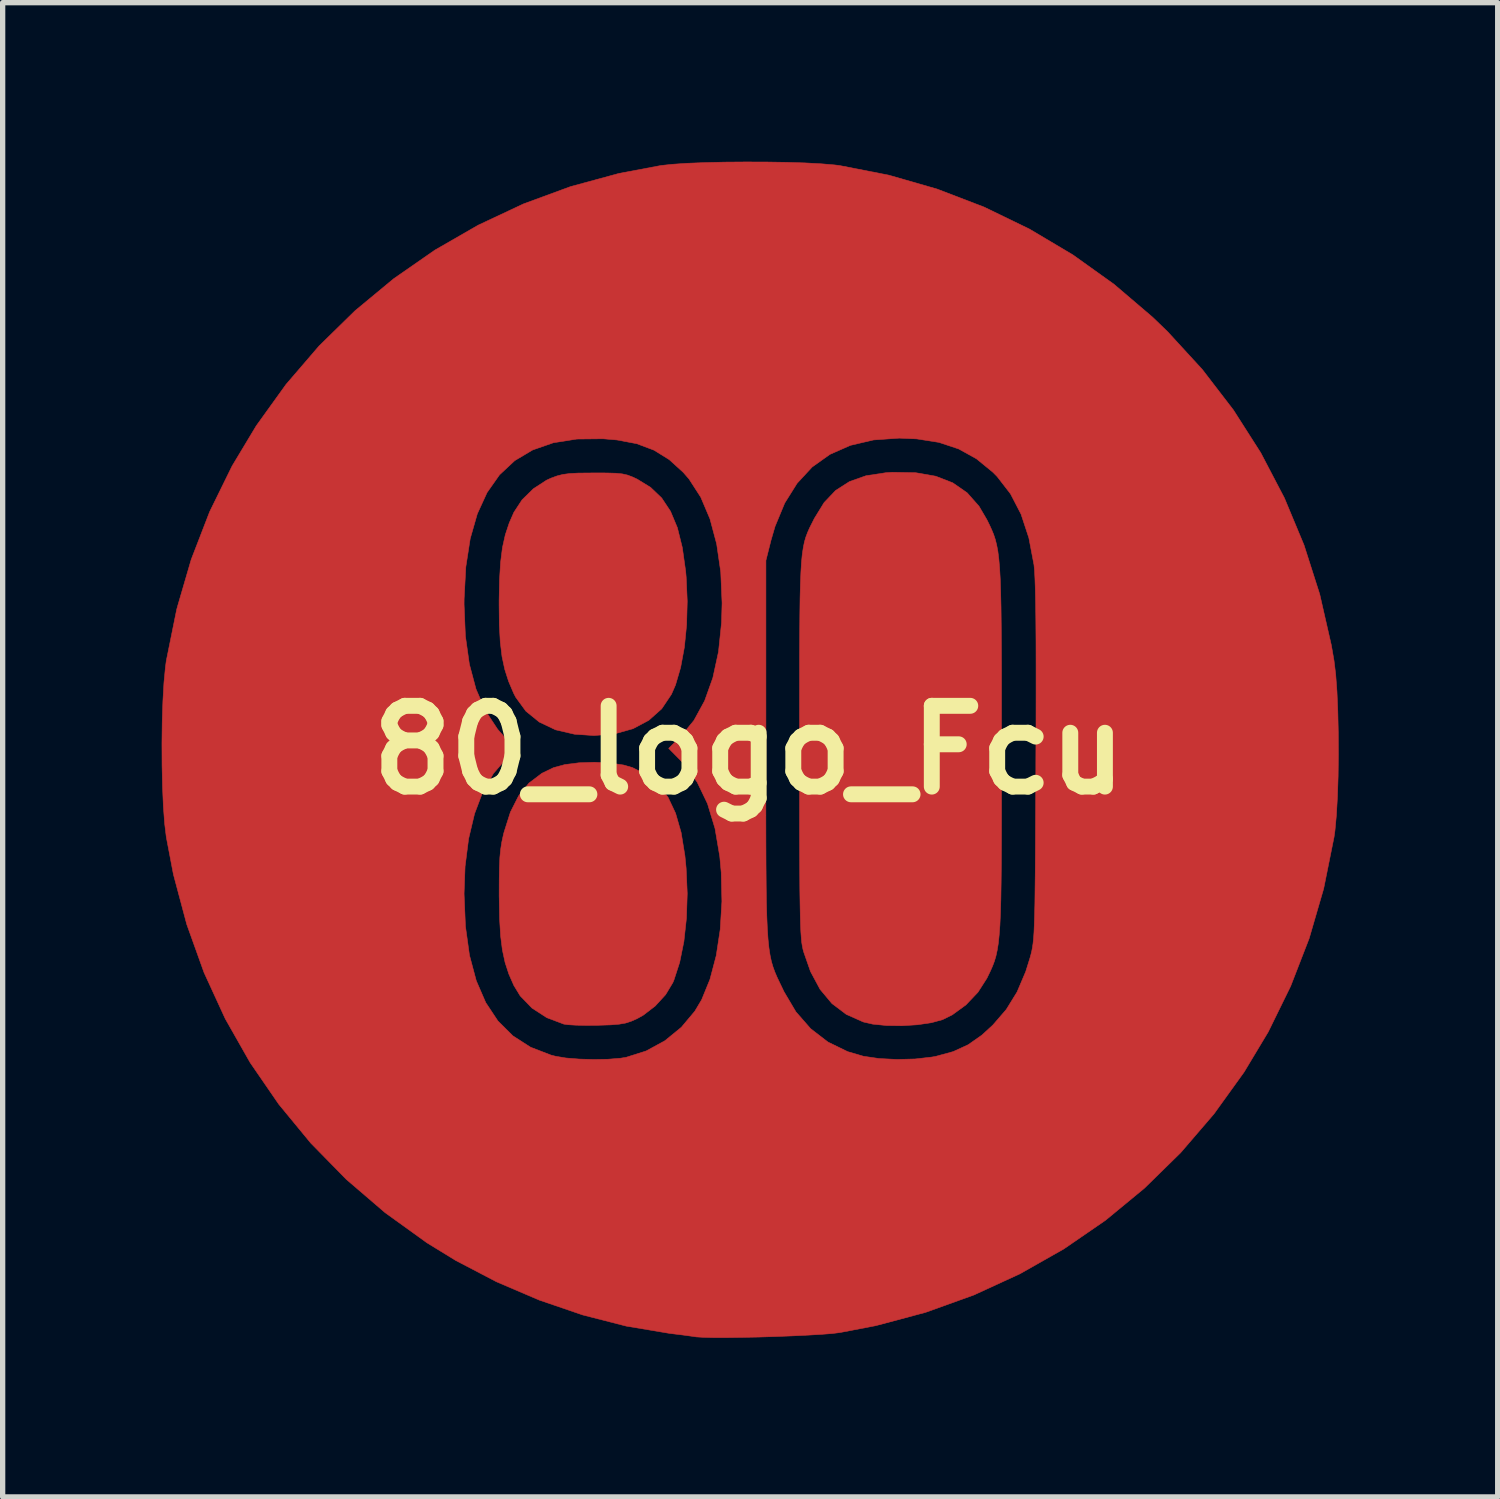
<source format=kicad_pcb>
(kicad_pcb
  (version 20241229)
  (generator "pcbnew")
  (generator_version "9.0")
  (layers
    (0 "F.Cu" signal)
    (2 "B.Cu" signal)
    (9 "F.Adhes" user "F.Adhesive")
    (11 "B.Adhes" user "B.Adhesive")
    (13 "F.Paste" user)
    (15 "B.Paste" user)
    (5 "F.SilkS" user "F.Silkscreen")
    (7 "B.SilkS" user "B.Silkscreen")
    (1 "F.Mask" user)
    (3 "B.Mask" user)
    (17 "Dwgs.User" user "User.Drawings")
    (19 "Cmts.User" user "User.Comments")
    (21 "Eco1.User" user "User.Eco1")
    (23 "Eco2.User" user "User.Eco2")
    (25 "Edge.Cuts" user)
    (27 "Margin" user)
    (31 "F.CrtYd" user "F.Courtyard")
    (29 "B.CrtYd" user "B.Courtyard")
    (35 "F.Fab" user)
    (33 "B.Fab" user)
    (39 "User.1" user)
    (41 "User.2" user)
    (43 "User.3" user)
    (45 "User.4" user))
  (footprint "80_logo_Fcu"
    (layer "F.Cu")
    (at 11.08 11.099)
    (property "Reference" "80_logo_Fcu" (at 0 0 0) (layer "F.SilkS") (effects (font (size 1.524 1.524) (thickness 0.3))))
    (attr through_hole)
    (fp_poly (pts (xy -2.686 -5.227) (xy -2.517 -5.222) (xy -2.393 -5.21) (xy -2.295 -5.188) (xy -2.204 -5.154) (xy -2.111 -5.111) (xy -1.857 -4.955) (xy -1.648 -4.755) (xy -1.481 -4.503) (xy -1.352 -4.194) (xy -1.259 -3.82) (xy -1.196 -3.374) (xy -1.186 -3.26) (xy -1.166 -2.808) (xy -1.178 -2.363) (xy -1.22 -1.94) (xy -1.291 -1.557) (xy -1.387 -1.229) (xy -1.464 -1.052) (xy -1.648 -0.778) (xy -1.892 -0.561) (xy -2.189 -0.403) (xy -2.535 -0.306) (xy -2.924 -0.274) (xy -3.293 -0.299) (xy -3.65 -0.382) (xy -3.957 -0.528) (xy -4.21 -0.734) (xy -4.402 -0.997) (xy -4.441 -1.073) (xy -4.536 -1.296) (xy -4.608 -1.521) (xy -4.66 -1.763) (xy -4.693 -2.038) (xy -4.711 -2.363) (xy -4.715 -2.753) (xy -4.715 -2.815) (xy -4.707 -3.212) (xy -4.687 -3.541) (xy -4.652 -3.819) (xy -4.598 -4.061) (xy -4.524 -4.284) (xy -4.436 -4.485) (xy -4.282 -4.72) (xy -4.068 -4.93) (xy -3.82 -5.091) (xy -3.735 -5.13) (xy -3.623 -5.171) (xy -3.514 -5.199) (xy -3.387 -5.216) (xy -3.222 -5.225) (xy -2.998 -5.227) (xy -2.921 -5.228) (xy -2.686 -5.227)) (stroke (width 0.01) (type solid)) (fill yes) (layer "F.Cu"))
    (fp_poly (pts (xy -2.626 0.244) (xy -2.367 0.282) (xy -2.198 0.331) (xy -1.93 0.468) (xy -1.707 0.654) (xy -1.527 0.893) (xy -1.386 1.192) (xy -1.281 1.557) (xy -1.21 1.993) (xy -1.187 2.229) (xy -1.166 2.704) (xy -1.181 3.17) (xy -1.229 3.61) (xy -1.309 4.006) (xy -1.418 4.341) (xy -1.437 4.386) (xy -1.574 4.614) (xy -1.77 4.828) (xy -1.998 5.003) (xy -2.111 5.066) (xy -2.224 5.116) (xy -2.33 5.15) (xy -2.451 5.171) (xy -2.61 5.184) (xy -2.829 5.191) (xy -2.857 5.192) (xy -3.069 5.194) (xy -3.261 5.19) (xy -3.411 5.181) (xy -3.493 5.17) (xy -3.816 5.048) (xy -4.095 4.867) (xy -4.317 4.637) (xy -4.437 4.44) (xy -4.531 4.226) (xy -4.602 4.008) (xy -4.653 3.772) (xy -4.687 3.502) (xy -4.706 3.18) (xy -4.713 2.792) (xy -4.714 2.752) (xy -4.713 2.449) (xy -4.709 2.213) (xy -4.701 2.028) (xy -4.686 1.874) (xy -4.664 1.734) (xy -4.633 1.592) (xy -4.622 1.55) (xy -4.502 1.171) (xy -4.347 0.864) (xy -4.151 0.622) (xy -3.908 0.438) (xy -3.689 0.332) (xy -3.475 0.274) (xy -3.208 0.24) (xy -2.916 0.23) (xy -2.626 0.244)) (stroke (width 0.01) (type solid)) (fill yes) (layer "F.Cu"))
    (fp_poly (pts (xy 3.143 -5.232) (xy 3.521 -5.166) (xy 3.843 -5.041) (xy 4.114 -4.853) (xy 4.337 -4.601) (xy 4.487 -4.345) (xy 4.535 -4.248) (xy 4.576 -4.158) (xy 4.613 -4.069) (xy 4.644 -3.976) (xy 4.67 -3.873) (xy 4.693 -3.753) (xy 4.711 -3.61) (xy 4.726 -3.439) (xy 4.738 -3.234) (xy 4.746 -2.988) (xy 4.753 -2.697) (xy 4.757 -2.353) (xy 4.76 -1.951) (xy 4.762 -1.485) (xy 4.762 -0.95) (xy 4.762 -0.338) (xy 4.763 -0.021) (xy 4.762 0.628) (xy 4.762 1.199) (xy 4.761 1.697) (xy 4.759 2.129) (xy 4.755 2.499) (xy 4.75 2.815) (xy 4.742 3.081) (xy 4.732 3.305) (xy 4.718 3.491) (xy 4.702 3.646) (xy 4.681 3.776) (xy 4.657 3.887) (xy 4.628 3.984) (xy 4.594 4.074) (xy 4.555 4.163) (xy 4.51 4.256) (xy 4.487 4.304) (xy 4.318 4.568) (xy 4.093 4.805) (xy 3.835 4.994) (xy 3.651 5.085) (xy 3.44 5.143) (xy 3.174 5.182) (xy 2.883 5.2) (xy 2.593 5.196) (xy 2.333 5.17) (xy 2.155 5.129) (xy 1.834 4.986) (xy 1.564 4.782) (xy 1.34 4.514) (xy 1.159 4.177) (xy 1.03 3.807) (xy 1.016 3.754) (xy 1.004 3.695) (xy 0.993 3.625) (xy 0.985 3.537) (xy 0.977 3.426) (xy 0.971 3.286) (xy 0.966 3.112) (xy 0.962 2.897) (xy 0.958 2.636) (xy 0.956 2.323) (xy 0.954 1.952) (xy 0.953 1.518) (xy 0.953 1.015) (xy 0.953 0.437) (xy 0.953 -0.021) (xy 0.952 -0.673) (xy 0.953 -1.245) (xy 0.953 -1.745) (xy 0.955 -2.178) (xy 0.958 -2.549) (xy 0.962 -2.865) (xy 0.969 -3.132) (xy 0.978 -3.355) (xy 0.989 -3.54) (xy 1.004 -3.693) (xy 1.023 -3.82) (xy 1.045 -3.928) (xy 1.072 -4.02) (xy 1.104 -4.105) (xy 1.14 -4.187) (xy 1.183 -4.272) (xy 1.23 -4.366) (xy 1.234 -4.373) (xy 1.416 -4.669) (xy 1.634 -4.898) (xy 1.895 -5.065) (xy 2.207 -5.175) (xy 2.581 -5.232) (xy 2.706 -5.24) (xy 3.143 -5.232)) (stroke (width 0.01) (type solid)) (fill yes) (layer "F.Cu"))
    (fp_poly (pts (xy 0.322 -11.093) (xy 0.703 -11.087) (xy 1.056 -11.076) (xy 1.365 -11.059) (xy 1.613 -11.038) (xy 1.704 -11.027) (xy 2.636 -10.845) (xy 3.547 -10.583) (xy 4.434 -10.243) (xy 5.29 -9.828) (xy 6.108 -9.342) (xy 6.884 -8.787) (xy 7.612 -8.166) (xy 7.894 -7.894) (xy 8.55 -7.179) (xy 9.137 -6.415) (xy 9.653 -5.607) (xy 10.098 -4.756) (xy 10.469 -3.866) (xy 10.765 -2.939) (xy 10.984 -1.979) (xy 11.035 -1.685) (xy 11.066 -1.429) (xy 11.09 -1.107) (xy 11.106 -0.736) (xy 11.115 -0.334) (xy 11.117 0.082) (xy 11.112 0.493) (xy 11.099 0.882) (xy 11.079 1.231) (xy 11.052 1.523) (xy 11.035 1.642) (xy 10.839 2.615) (xy 10.566 3.553) (xy 10.217 4.453) (xy 9.794 5.316) (xy 9.338 6.075) (xy 8.769 6.865) (xy 8.141 7.596) (xy 7.458 8.265) (xy 6.723 8.871) (xy 5.939 9.41) (xy 5.11 9.88) (xy 4.24 10.28) (xy 3.331 10.607) (xy 2.387 10.859) (xy 1.714 10.988) (xy 1.57 11.006) (xy 1.362 11.022) (xy 1.105 11.037) (xy 0.812 11.051) (xy 0.5 11.063) (xy 0.181 11.073) (xy -0.13 11.079) (xy -0.417 11.083) (xy -0.667 11.083) (xy -0.865 11.078) (xy -0.996 11.07) (xy -1.016 11.067) (xy -1.105 11.054) (xy -1.252 11.034) (xy -1.431 11.012) (xy -1.503 11.003) (xy -2.314 10.867) (xy -3.138 10.656) (xy -3.959 10.375) (xy -4.763 10.031) (xy -5.534 9.628) (xy -6.075 9.296) (xy -6.866 8.726) (xy -7.598 8.098) (xy -8.267 7.415) (xy -8.872 6.68) (xy -9.411 5.896) (xy -9.881 5.068) (xy -10.281 4.197) (xy -10.607 3.288) (xy -10.859 2.344) (xy -10.993 1.642) (xy -11.024 1.387) (xy -11.048 1.065) (xy -11.064 0.694) (xy -11.073 0.291) (xy -11.075 -0.124) (xy -11.07 -0.535) (xy -11.057 -0.924) (xy -11.037 -1.273) (xy -11.009 -1.565) (xy -10.993 -1.685) (xy -10.796 -2.657) (xy -10.769 -2.752) (xy -5.376 -2.752) (xy -5.351 -2.153) (xy -5.276 -1.62) (xy -5.151 -1.151) (xy -4.974 -0.743) (xy -4.744 -0.394) (xy -4.61 -0.241) (xy -4.508 -0.133) (xy -4.434 -0.053) (xy -4.403 -0.015) (xy -4.403 -0.014) (xy -4.431 0.019) (xy -4.505 0.091) (xy -4.583 0.165) (xy -4.823 0.442) (xy -5.022 0.788) (xy -5.178 1.2) (xy -5.29 1.671) (xy -5.357 2.196) (xy -5.376 2.709) (xy -5.35 3.324) (xy -5.274 3.871) (xy -5.146 4.351) (xy -4.967 4.764) (xy -4.737 5.111) (xy -4.455 5.391) (xy -4.122 5.605) (xy -3.736 5.754) (xy -3.65 5.776) (xy -3.453 5.809) (xy -3.203 5.829) (xy -2.928 5.837) (xy -2.659 5.832) (xy -2.426 5.813) (xy -2.32 5.796) (xy -1.941 5.676) (xy -1.589 5.484) (xy -1.278 5.23) (xy -1.023 4.926) (xy -0.894 4.709) (xy -0.737 4.324) (xy -0.619 3.877) (xy -0.544 3.383) (xy -0.512 2.856) (xy -0.525 2.309) (xy -0.552 2.011) (xy -0.642 1.48) (xy -0.784 1.011) (xy -0.955 0.655) (xy 0.317 0.655) (xy 0.317 1.232) (xy 0.318 1.736) (xy 0.32 2.173) (xy 0.323 2.549) (xy 0.327 2.871) (xy 0.335 3.144) (xy 0.345 3.374) (xy 0.358 3.567) (xy 0.375 3.73) (xy 0.396 3.867) (xy 0.421 3.986) (xy 0.452 4.092) (xy 0.488 4.19) (xy 0.53 4.288) (xy 0.579 4.391) (xy 0.634 4.505) (xy 0.658 4.556) (xy 0.884 4.938) (xy 1.162 5.256) (xy 1.489 5.508) (xy 1.861 5.689) (xy 2.159 5.776) (xy 2.453 5.819) (xy 2.79 5.836) (xy 3.134 5.827) (xy 3.448 5.791) (xy 3.521 5.778) (xy 3.851 5.688) (xy 4.132 5.559) (xy 4.392 5.377) (xy 4.597 5.189) (xy 4.852 4.894) (xy 5.056 4.563) (xy 5.219 4.179) (xy 5.301 3.916) (xy 5.318 3.853) (xy 5.333 3.791) (xy 5.346 3.724) (xy 5.357 3.647) (xy 5.367 3.553) (xy 5.375 3.436) (xy 5.381 3.29) (xy 5.387 3.109) (xy 5.392 2.887) (xy 5.395 2.618) (xy 5.399 2.295) (xy 5.402 1.914) (xy 5.404 1.467) (xy 5.407 0.949) (xy 5.41 0.353) (xy 5.41 0.233) (xy 5.413 -0.455) (xy 5.414 -1.063) (xy 5.414 -1.594) (xy 5.413 -2.052) (xy 5.41 -2.441) (xy 5.406 -2.766) (xy 5.4 -3.029) (xy 5.393 -3.236) (xy 5.385 -3.39) (xy 5.375 -3.493) (xy 5.278 -4.003) (xy 5.131 -4.449) (xy 4.932 -4.833) (xy 4.68 -5.159) (xy 4.599 -5.241) (xy 4.29 -5.494) (xy 3.955 -5.68) (xy 3.582 -5.804) (xy 3.162 -5.87) (xy 2.833 -5.884) (xy 2.347 -5.85) (xy 1.912 -5.748) (xy 1.526 -5.578) (xy 1.191 -5.34) (xy 0.907 -5.033) (xy 0.673 -4.66) (xy 0.49 -4.218) (xy 0.414 -3.958) (xy 0.318 -3.577) (xy 0.318 0) (xy 0.317 0.655) (xy -0.955 0.655) (xy -0.978 0.607) (xy -1.224 0.268) (xy -1.293 0.194) (xy -1.516 -0.032) (xy -1.288 -0.257) (xy -1.04 -0.559) (xy -0.838 -0.929) (xy -0.683 -1.363) (xy -0.576 -1.856) (xy -0.519 -2.405) (xy -0.509 -2.773) (xy -0.534 -3.358) (xy -0.611 -3.888) (xy -0.737 -4.36) (xy -0.911 -4.77) (xy -1.133 -5.114) (xy -1.242 -5.239) (xy -1.506 -5.479) (xy -1.793 -5.657) (xy -2.117 -5.779) (xy -2.492 -5.85) (xy -2.752 -5.872) (xy -3.248 -5.867) (xy -3.691 -5.797) (xy -4.082 -5.661) (xy -4.42 -5.46) (xy -4.707 -5.192) (xy -4.942 -4.858) (xy -5.126 -4.457) (xy -5.26 -3.989) (xy -5.343 -3.454) (xy -5.375 -2.85) (xy -5.376 -2.752) (xy -10.769 -2.752) (xy -10.523 -3.595) (xy -10.175 -4.496) (xy -9.752 -5.358) (xy -9.296 -6.117) (xy -8.734 -6.898) (xy -8.111 -7.623) (xy -7.432 -8.288) (xy -6.703 -8.892) (xy -5.927 -9.431) (xy -5.109 -9.902) (xy -4.255 -10.303) (xy -3.368 -10.629) (xy -2.453 -10.878) (xy -1.662 -11.027) (xy -1.448 -11.05) (xy -1.167 -11.069) (xy -0.833 -11.082) (xy -0.462 -11.091) (xy -0.072 -11.094) (xy 0.322 -11.093)) (stroke (width 0.01) (type solid)) (fill yes) (layer "F.Cu")))
  (gr_rect
    (start -3 -3)
    (end 25.202 25.187)
    (stroke (width 0.1) (type default))
    (fill no)
    (layer "Edge.Cuts")))
</source>
